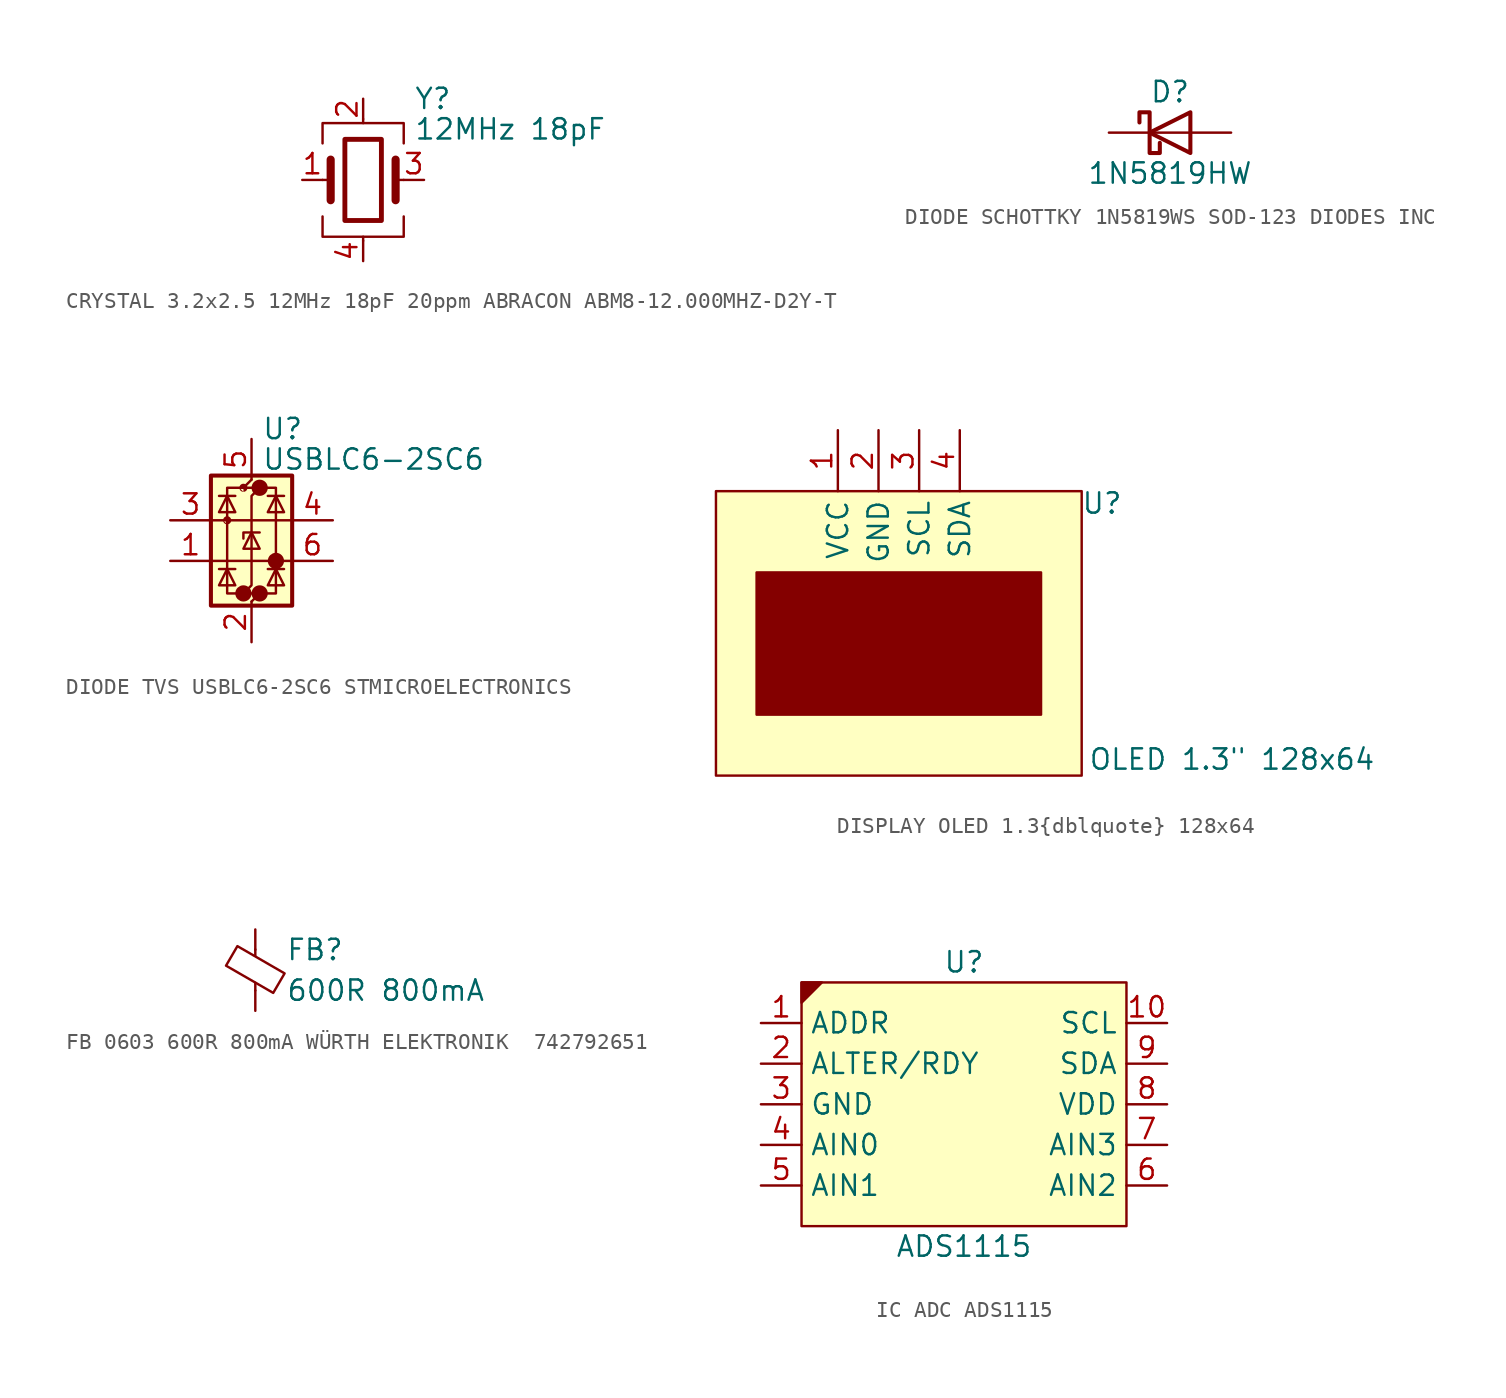
<source format=kicad_sym>
(kicad_symbol_lib
  (version 20231120)
  (generator "kicad_symbol_editor")
  (generator_version "8.0")
  (symbol "CRYSTAL 3.2x2.5 12MHz 18pF 20ppm ABRACON ABM8-12.000MHZ-D2Y-T"
    (pin_names
      (offset 1.016) hide)
    (property "Reference" "Y"
      (at 3.175 5.08 0)
      (effects (font (size 1.27 1.27)) (justify left)))
    (property "Value" "12MHz 18pF"
      (at 3.175 3.175 0)
      (effects (font (size 1.27 1.27)) (justify left)))
    (symbol "CRYSTAL 3.2x2.5 12MHz 18pF 20ppm ABRACON ABM8-12.000MHZ-D2Y-T_0_1"
      (rectangle (start -1.143 2.54) (end 1.143 -2.54) (stroke (width 0.305) (type default)) (fill (type none)))
      (polyline (pts (xy -2.54 0) (xy -2.032 0)) (stroke (width 0) (type default)) (fill (type none)))
      (polyline (pts (xy -2.032 -1.27) (xy -2.032 1.27)) (stroke (width 0.508) (type default)) (fill (type none)))
      (polyline (pts (xy 0 -3.81) (xy 0 -3.556)) (stroke (width 0) (type default)) (fill (type none)))
      (polyline (pts (xy 0 3.556) (xy 0 3.81)) (stroke (width 0) (type default)) (fill (type none)))
      (polyline (pts (xy 2.032 -1.27) (xy 2.032 1.27)) (stroke (width 0.508) (type default)) (fill (type none)))
      (polyline (pts (xy 2.032 0) (xy 2.54 0)) (stroke (width 0) (type default)) (fill (type none)))
      (polyline (pts (xy -2.54 -2.286) (xy -2.54 -3.556) (xy 2.54 -3.556) (xy 2.54 -2.286)) (stroke (width 0) (type default)) (fill (type none)))
      (polyline (pts (xy -2.54 2.286) (xy -2.54 3.556) (xy 2.54 3.556) (xy 2.54 2.286)) (stroke (width 0) (type default)) (fill (type none))))
    (symbol "CRYSTAL 3.2x2.5 12MHz 18pF 20ppm ABRACON ABM8-12.000MHZ-D2Y-T_1_1"
      (pin passive line (at -3.81 0 0) (length 1.27) (name "1" (effects (font (size 1.27 1.27)))) (number "1" (effects (font (size 1.27 1.27)))))
      (pin passive line (at 0 5.08 270) (length 1.27) (name "2" (effects (font (size 1.27 1.27)))) (number "2" (effects (font (size 1.27 1.27)))))
      (pin passive line (at 3.81 0 180) (length 1.27) (name "3" (effects (font (size 1.27 1.27)))) (number "3" (effects (font (size 1.27 1.27)))))
      (pin passive line (at 0 -5.08 90) (length 1.27) (name "4" (effects (font (size 1.27 1.27)))) (number "4" (effects (font (size 1.27 1.27)))))))
  (symbol "DIODE SCHOTTKY 1N5819WS SOD-123 DIODES INC"
    (pin_numbers hide)
    (pin_names
      (offset 1.016) hide)
    (property "Reference" "D"
      (at 0 2.54 0)
      (effects (font (size 1.27 1.27))))
    (property "Value" "1N5819HW"
      (at 0 -2.54 0)
      (effects (font (size 1.27 1.27))))
    (symbol "DIODE SCHOTTKY 1N5819WS SOD-123 DIODES INC_0_1"
      (polyline (pts (xy 1.27 0) (xy -1.27 0)) (stroke (width 0) (type default)) (fill (type none)))
      (polyline (pts (xy 1.27 1.27) (xy 1.27 -1.27) (xy -1.27 0) (xy 1.27 1.27)) (stroke (width 0.254) (type default)) (fill (type none)))
      (polyline (pts (xy -1.905 0.635) (xy -1.905 1.27) (xy -1.27 1.27) (xy -1.27 -1.27) (xy -0.635 -1.27) (xy -0.635 -0.635)) (stroke (width 0.254) (type default)) (fill (type none))))
    (symbol "DIODE SCHOTTKY 1N5819WS SOD-123 DIODES INC_1_1"
      (pin passive line (at -3.81 0 0) (length 2.54) (name "K" (effects (font (size 1.27 1.27)))) (number "1" (effects (font (size 1.27 1.27)))))
      (pin passive line (at 3.81 0 180) (length 2.54) (name "A" (effects (font (size 1.27 1.27)))) (number "2" (effects (font (size 1.27 1.27)))))))
  (symbol "DIODE TVS USBLC6-2SC6 STMICROELECTRONICS "
    (pin_names hide)
    (property "Reference" "U"
      (at 0.635 5.715 0)
      (effects (font (size 1.27 1.27)) (justify left)))
    (property "Value" "USBLC6-2SC6"
      (at 0.635 3.81 0)
      (effects (font (size 1.27 1.27)) (justify left)))
    (symbol "DIODE TVS USBLC6-2SC6 STMICROELECTRONICS _0_0"
      (circle (center -0.508 -4.572) (radius 0.0001) (stroke (width 0.508) (type default)) (fill (type none)))
      (circle (center -0.508 2.032) (radius 0.0001) (stroke (width 0.508) (type default)) (fill (type outline)))
      (circle (center 0.508 -4.572) (radius 0.0001) (stroke (width 0.508) (type default)) (fill (type none)))
      (circle (center 0.508 2.032) (radius 0.0001) (stroke (width 0.508) (type default)) (fill (type none)))
      (circle (center 1.524 -2.54) (radius 0.0001) (stroke (width 0.508) (type default)) (fill (type none))))
    (symbol "DIODE TVS USBLC6-2SC6 STMICROELECTRONICS _0_1"
      (polyline (pts (xy -2.54 -2.54) (xy 2.54 -2.54)) (stroke (width 0) (type default)) (fill (type none)))
      (polyline (pts (xy -2.54 0) (xy 2.54 0)) (stroke (width 0) (type default)) (fill (type none)))
      (polyline (pts (xy -2.032 -3.048) (xy -1.016 -3.048)) (stroke (width 0) (type default)) (fill (type none)))
      (polyline (pts (xy -1.016 1.524) (xy -2.032 1.524)) (stroke (width 0) (type default)) (fill (type none)))
      (polyline (pts (xy 1.016 -3.048) (xy 2.032 -3.048)) (stroke (width 0) (type default)) (fill (type none)))
      (polyline (pts (xy 1.016 1.524) (xy 2.032 1.524)) (stroke (width 0) (type default)) (fill (type none)))
      (polyline (pts (xy -0.508 -1.143) (xy -0.508 -0.762) (xy 0.508 -0.762)) (stroke (width 0) (type default)) (fill (type none)))
      (polyline (pts (xy -2.032 0.508) (xy -1.016 0.508) (xy -1.524 1.524) (xy -2.032 0.508)) (stroke (width 0) (type default)) (fill (type none)))
      (polyline (pts (xy -1.016 -4.064) (xy -2.032 -4.064) (xy -1.524 -3.048) (xy -1.016 -4.064)) (stroke (width 0) (type default)) (fill (type none)))
      (polyline (pts (xy 0.508 -1.778) (xy -0.508 -1.778) (xy 0 -0.762) (xy 0.508 -1.778)) (stroke (width 0) (type default)) (fill (type none)))
      (polyline (pts (xy 2.032 -4.064) (xy 1.016 -4.064) (xy 1.524 -3.048) (xy 2.032 -4.064)) (stroke (width 0) (type default)) (fill (type none)))
      (polyline (pts (xy 2.032 0.508) (xy 1.016 0.508) (xy 1.524 1.524) (xy 2.032 0.508)) (stroke (width 0) (type default)) (fill (type none)))
      (polyline (pts (xy 0 2.54) (xy -0.508 2.032) (xy 0.508 2.032) (xy 0 1.524) (xy 0 -4.064) (xy -0.508 -4.572) (xy 0.508 -4.572) (xy 0 -5.08)) (stroke (width 0) (type default)) (fill (type none))))
    (symbol "DIODE TVS USBLC6-2SC6 STMICROELECTRONICS _1_0"
      (circle (center -1.524 0) (radius 0.0001) (stroke (width 0.508) (type default) (color 132 0 0 1)) (fill (type outline))))
    (symbol "DIODE TVS USBLC6-2SC6 STMICROELECTRONICS _1_1"
      (rectangle (start -2.54 2.794) (end 2.54 -5.334) (stroke (width 0.254) (type default)) (fill (type background)))
      (polyline (pts (xy -0.508 2.032) (xy -1.524 2.032) (xy -1.524 -4.572) (xy -0.508 -4.572)) (stroke (width 0) (type default)) (fill (type none)))
      (polyline (pts (xy 0.508 -4.572) (xy 1.524 -4.572) (xy 1.524 2.032) (xy 0.508 2.032)) (stroke (width 0) (type default)) (fill (type none)))
      (pin passive line (at -5.08 -2.54 0) (length 2.54) (name "I/O1" (effects (font (size 1.27 1.27)))) (number "1" (effects (font (size 1.27 1.27)))))
      (pin passive line (at 0 -7.62 90) (length 2.54) (name "GND" (effects (font (size 1.27 1.27)))) (number "2" (effects (font (size 1.27 1.27)))))
      (pin passive line (at -5.08 0 0) (length 2.54) (name "I/O2" (effects (font (size 1.27 1.27)))) (number "3" (effects (font (size 1.27 1.27)))))
      (pin passive line (at 5.08 0 180) (length 2.54) (name "I/O2" (effects (font (size 1.27 1.27)))) (number "4" (effects (font (size 1.27 1.27)))))
      (pin passive line (at 0 5.08 270) (length 2.54) (name "VBUS" (effects (font (size 1.27 1.27)))) (number "5" (effects (font (size 1.27 1.27)))))
      (pin passive line (at 5.08 -2.54 180) (length 2.54) (name "I/O1" (effects (font (size 1.27 1.27)))) (number "6" (effects (font (size 1.27 1.27)))))))
  (symbol "DISPLAY OLED 1.3{dblquote} 128x64"
    (property "Reference" "U"
      (at 12.7 8.128 0)
      (effects (font (size 1.27 1.27))))
    (property "Value" "OLED 1.3\" 128x64"
      (at 20.828 -7.874 0)
      (effects (font (size 1.27 1.27))))
    (symbol "DISPLAY OLED 1.3{dblquote} 128x64_1_0"
      (rectangle (start -11.43 8.89) (end 11.43 -8.89) (stroke (width 0) (type default)) (fill (type background)))
      (rectangle (start -8.89 3.81) (end 8.89 -5.08) (stroke (width 0) (type default)) (fill (type outline))))
    (symbol "DISPLAY OLED 1.3{dblquote} 128x64_1_1"
      (pin power_in line (at -3.81 12.7 270) (length 3.81) (name "VCC" (effects (font (size 1.27 1.27)))) (number "1" (effects (font (size 1.27 1.27)))))
      (pin power_in line (at -1.27 12.7 270) (length 3.81) (name "GND" (effects (font (size 1.27 1.27)))) (number "2" (effects (font (size 1.27 1.27)))))
      (pin input line (at 1.27 12.7 270) (length 3.81) (name "SCL" (effects (font (size 1.27 1.27)))) (number "3" (effects (font (size 1.27 1.27)))))
      (pin bidirectional line (at 3.81 12.7 270) (length 3.81) (name "SDA" (effects (font (size 1.27 1.27)))) (number "4" (effects (font (size 1.27 1.27)))))))
  (symbol "FB 0603 600R 800mA WÜRTH ELEKTRONIK  742792651"
    (pin_numbers hide)
    (pin_names
      (offset 0))
    (property "Reference" "FB"
      (at 1.905 1.27 0)
      (effects (font (size 1.27 1.27)) (justify left)))
    (property "Value" "600R 800mA"
      (at 1.905 -1.27 0)
      (effects (font (size 1.27 1.27)) (justify left)))
    (symbol "FB 0603 600R 800mA WÜRTH ELEKTRONIK  742792651_0_1"
      (polyline (pts (xy 0 -1.27) (xy 0 -0.787)) (stroke (width 0) (type default)) (fill (type none)))
      (polyline (pts (xy 0 0.889) (xy 0 1.295)) (stroke (width 0) (type default)) (fill (type none)))
      (polyline (pts (xy -1.829 0.279) (xy -1.118 1.499) (xy 1.829 -0.203) (xy 1.118 -1.422) (xy -1.829 0.279)) (stroke (width 0) (type default)) (fill (type none))))
    (symbol "FB 0603 600R 800mA WÜRTH ELEKTRONIK  742792651_1_1"
      (pin passive line (at 0 2.54 270) (length 1.27) (name "~" (effects (font (size 1.27 1.27)))) (number "1" (effects (font (size 1.27 1.27)))))
      (pin passive line (at 0 -2.54 90) (length 1.27) (name "~" (effects (font (size 1.27 1.27)))) (number "2" (effects (font (size 1.27 1.27)))))))
  (symbol "IC ADC ADS1115"
    (property "Reference" "U"
      (at 0 8.89 0)
      (effects (font (size 1.27 1.27))))
    (property "Value" "ADS1115"
      (at 0 -8.89 0)
      (effects (font (size 1.27 1.27))))
    (symbol "IC ADC ADS1115_1_1"
      (rectangle (start -10.16 7.62) (end 10.16 -7.62) (stroke (width 0) (type default)) (fill (type background)))
      (polyline (pts (xy -10.16 7.62) (xy -8.89 7.62) (xy -10.16 6.35) (xy -10.16 7.62)) (stroke (width 0) (type default)) (fill (type outline)))
      (pin input line (at -12.7 5.08 0) (length 2.54) (name "ADDR" (effects (font (size 1.27 1.27)))) (number "1" (effects (font (size 1.27 1.27)))))
      (pin input line (at 12.7 5.08 180) (length 2.54) (name "SCL" (effects (font (size 1.27 1.27)))) (number "10" (effects (font (size 1.27 1.27)))))
      (pin output line (at -12.7 2.54 0) (length 2.54) (name "ALTER/RDY" (effects (font (size 1.27 1.27)))) (number "2" (effects (font (size 1.27 1.27)))))
      (pin power_in line (at -12.7 0 0) (length 2.54) (name "GND" (effects (font (size 1.27 1.27)))) (number "3" (effects (font (size 1.27 1.27)))))
      (pin input line (at -12.7 -2.54 0) (length 2.54) (name "AIN0" (effects (font (size 1.27 1.27)))) (number "4" (effects (font (size 1.27 1.27)))))
      (pin input line (at -12.7 -5.08 0) (length 2.54) (name "AIN1" (effects (font (size 1.27 1.27)))) (number "5" (effects (font (size 1.27 1.27)))))
      (pin input line (at 12.7 -5.08 180) (length 2.54) (name "AIN2" (effects (font (size 1.27 1.27)))) (number "6" (effects (font (size 1.27 1.27)))))
      (pin input line (at 12.7 -2.54 180) (length 2.54) (name "AIN3" (effects (font (size 1.27 1.27)))) (number "7" (effects (font (size 1.27 1.27)))))
      (pin power_in line (at 12.7 0 180) (length 2.54) (name "VDD" (effects (font (size 1.27 1.27)))) (number "8" (effects (font (size 1.27 1.27)))))
      (pin bidirectional line (at 12.7 2.54 180) (length 2.54) (name "SDA" (effects (font (size 1.27 1.27)))) (number "9" (effects (font (size 1.27 1.27))))))))
</source>
